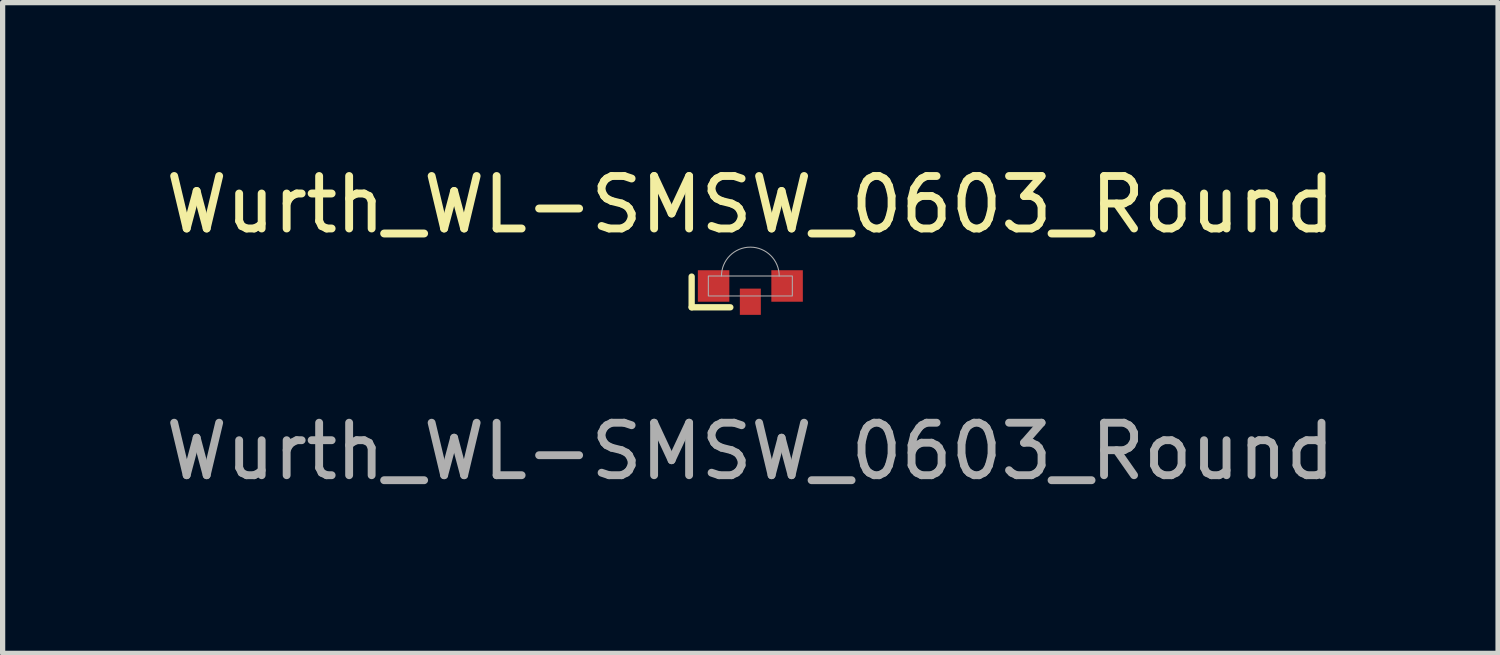
<source format=kicad_pcb>
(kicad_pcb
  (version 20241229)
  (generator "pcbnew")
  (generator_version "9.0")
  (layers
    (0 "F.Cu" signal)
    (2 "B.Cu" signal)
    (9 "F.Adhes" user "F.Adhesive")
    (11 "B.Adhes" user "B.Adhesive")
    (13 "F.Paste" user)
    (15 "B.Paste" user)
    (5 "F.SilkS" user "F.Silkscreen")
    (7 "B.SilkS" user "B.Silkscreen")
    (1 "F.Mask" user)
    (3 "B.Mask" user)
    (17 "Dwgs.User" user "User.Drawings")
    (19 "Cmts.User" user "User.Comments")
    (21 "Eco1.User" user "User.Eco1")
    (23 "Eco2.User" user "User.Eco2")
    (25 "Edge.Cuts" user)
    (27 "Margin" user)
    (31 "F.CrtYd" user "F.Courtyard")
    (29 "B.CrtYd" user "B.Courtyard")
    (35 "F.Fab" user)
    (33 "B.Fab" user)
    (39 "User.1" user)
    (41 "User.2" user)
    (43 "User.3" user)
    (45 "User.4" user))
  (footprint "Wurth_WL-SMSW_0603_Round"
    (layer "F.Cu")
    (at 11.244 2.448)
    (property "Reference" "Wurth_WL-SMSW_0603_Round" (at 0 -1.6 0) (unlocked yes) (layer "F.SilkS") (effects (font (size 1 1) (thickness 0.15))))
    (attr smd)
    (fp_line (start -1.118 -0.229) (end -1.118 0.356) (stroke (width 0.12) (type default)) (layer "F.SilkS"))
    (fp_line (start -1.118 0.356) (end -0.381 0.356) (stroke (width 0.12) (type default)) (layer "F.SilkS"))
    (fp_rect (start -0.8 -0.24) (end 0.8 0.14) (stroke (width 0.02) (type default)) (fill no) (layer "F.Fab"))
    (fp_arc (start -0.55 -0.24) (mid 0 -0.79) (end 0.55 -0.24) (stroke (width 0.02) (type default)) (layer "F.Fab"))
    (fp_text user "${REFERENCE}" (at 0 3.1 0) (unlocked yes) (layer "F.Fab") (effects (font (size 1 1) (thickness 0.15))))
    (pad "" smd rect (at 0 0.25) (size 0.4 0.5) (layers "F.Cu" "F.Mask" "F.Paste"))
    (pad "1" smd rect (at -0.7 -0.05) (size 0.6 0.6) (layers "F.Cu" "F.Mask" "F.Paste"))
    (pad "2" smd rect (at 0.7 -0.05) (size 0.6 0.6) (layers "F.Cu" "F.Mask" "F.Paste")))
  (gr_rect
    (start -3 -3)
    (end 25.488 9.396)
    (stroke (width 0.1) (type default))
    (fill no)
    (layer "Edge.Cuts")))
</source>
